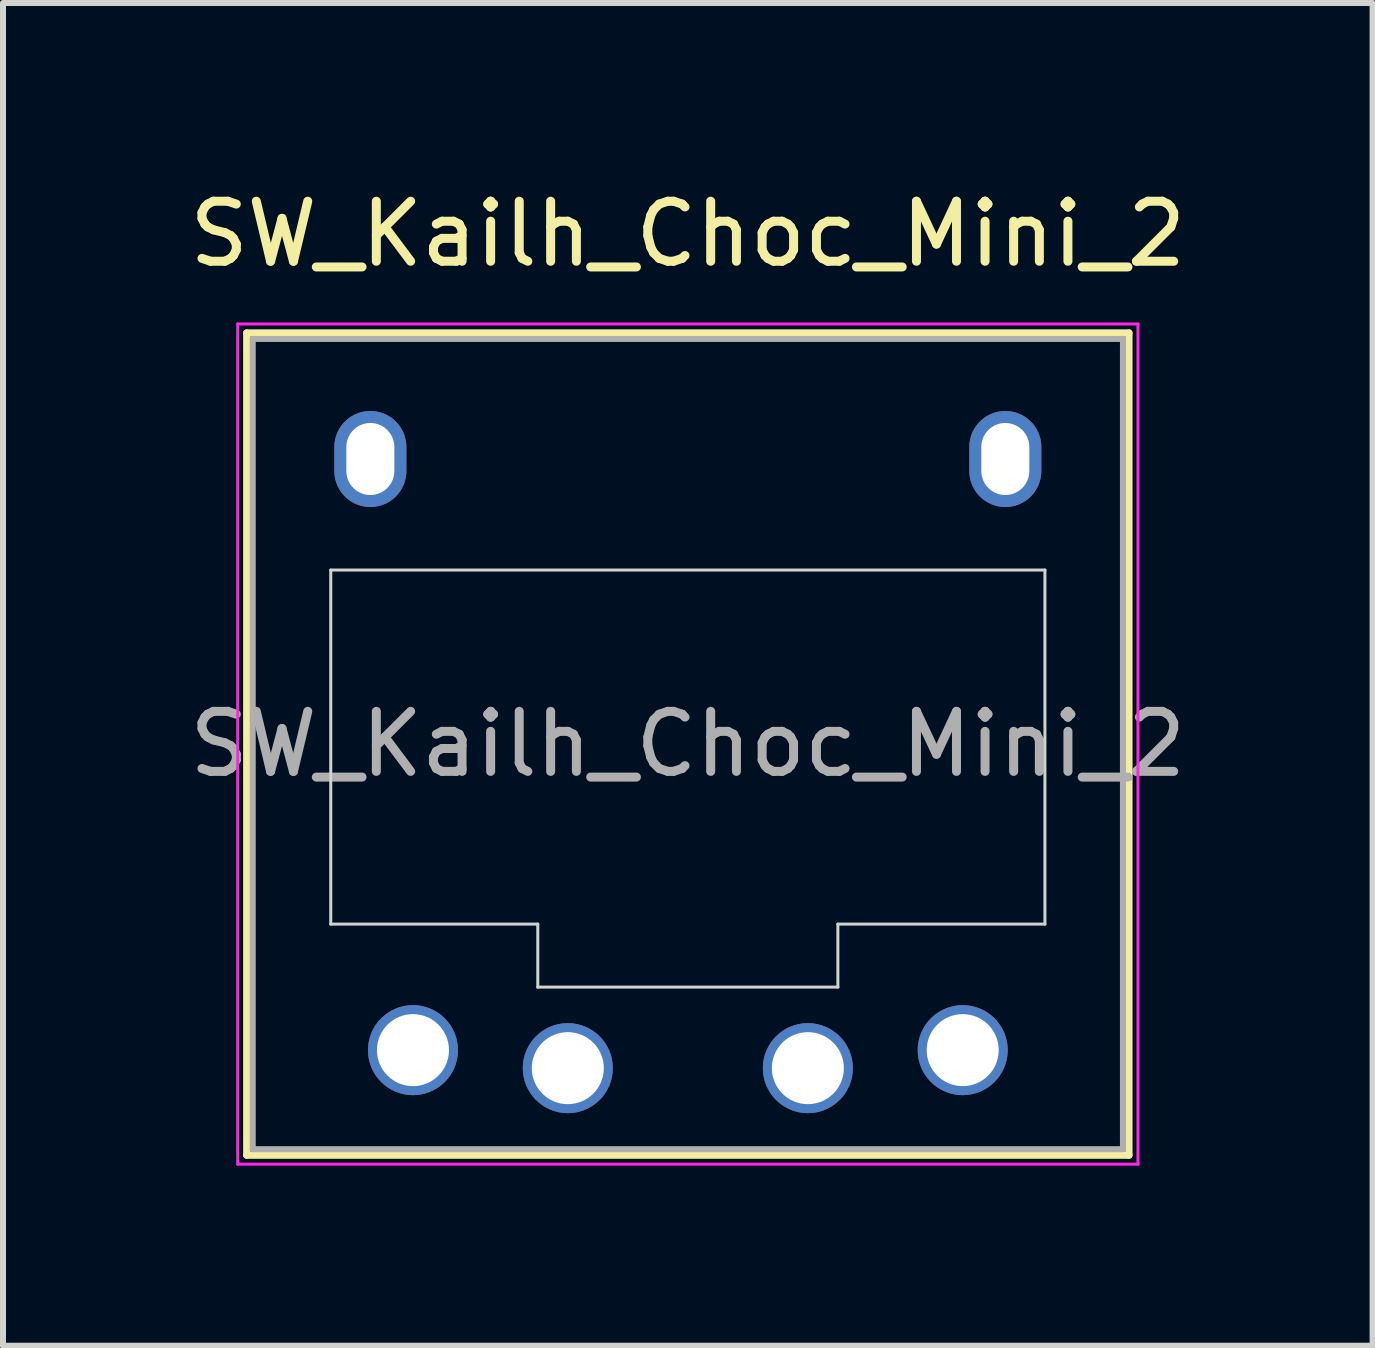
<source format=kicad_pcb>
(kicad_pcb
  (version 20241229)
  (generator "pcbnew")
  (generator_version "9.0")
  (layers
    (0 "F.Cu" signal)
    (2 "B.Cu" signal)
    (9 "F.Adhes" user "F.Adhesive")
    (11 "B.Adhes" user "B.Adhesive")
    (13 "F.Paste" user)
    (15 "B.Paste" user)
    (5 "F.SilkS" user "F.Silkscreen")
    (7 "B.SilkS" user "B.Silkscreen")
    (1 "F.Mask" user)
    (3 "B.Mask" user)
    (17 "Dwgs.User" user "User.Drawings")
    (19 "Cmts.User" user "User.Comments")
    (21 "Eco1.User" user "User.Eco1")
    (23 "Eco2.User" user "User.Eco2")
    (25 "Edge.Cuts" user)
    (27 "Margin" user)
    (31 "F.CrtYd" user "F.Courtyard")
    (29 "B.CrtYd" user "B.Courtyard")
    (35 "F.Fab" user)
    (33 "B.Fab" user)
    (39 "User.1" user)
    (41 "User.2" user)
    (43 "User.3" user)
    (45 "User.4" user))
  (footprint "SW_Kailh_Choc_Mini_2"
    (layer "F.Cu")
    (at 8.411 9.348)
    (property "Reference" "SW_Kailh_Choc_Mini_2" (at 0 -8.5 0) (layer "F.SilkS") (effects (font (size 1 1) (thickness 0.15))))
    (attr through_hole)
    (fp_line (start -7.35 -6.85) (end -7.35 6.85) (stroke (width 0.12) (type solid)) (layer "F.SilkS"))
    (fp_line (start -7.35 6.85) (end 7.35 6.85) (stroke (width 0.12) (type solid)) (layer "F.SilkS"))
    (fp_line (start 7.35 -6.85) (end -7.35 -6.85) (stroke (width 0.12) (type solid)) (layer "F.SilkS"))
    (fp_line (start 7.35 6.85) (end 7.35 -6.85) (stroke (width 0.12) (type solid)) (layer "F.SilkS"))
    (fp_line (start -6.85 -6.35) (end -6.85 6.35) (stroke (width 0.1) (type solid)) (layer "Eco1.User"))
    (fp_line (start -6.85 6.35) (end 6.85 6.35) (stroke (width 0.1) (type solid)) (layer "Eco1.User"))
    (fp_line (start 6.85 -6.35) (end -6.85 -6.35) (stroke (width 0.1) (type solid)) (layer "Eco1.User"))
    (fp_line (start 6.85 6.35) (end 6.85 -6.35) (stroke (width 0.1) (type solid)) (layer "Eco1.User"))
    (fp_line (start -5.95 -2.9) (end -5.95 3) (stroke (width 0.05) (type solid)) (layer "Edge.Cuts"))
    (fp_line (start -5.95 3) (end -2.5 3) (stroke (width 0.05) (type solid)) (layer "Edge.Cuts"))
    (fp_line (start -2.5 3) (end -2.5 4.05) (stroke (width 0.05) (type solid)) (layer "Edge.Cuts"))
    (fp_line (start -2.5 4.05) (end 2.5 4.05) (stroke (width 0.05) (type solid)) (layer "Edge.Cuts"))
    (fp_line (start 2.5 3) (end 5.95 3) (stroke (width 0.05) (type solid)) (layer "Edge.Cuts"))
    (fp_line (start 2.5 4.05) (end 2.5 3) (stroke (width 0.05) (type solid)) (layer "Edge.Cuts"))
    (fp_line (start 5.95 -2.9) (end -5.95 -2.9) (stroke (width 0.05) (type solid)) (layer "Edge.Cuts"))
    (fp_line (start 5.95 3) (end 5.95 -2.9) (stroke (width 0.05) (type solid)) (layer "Edge.Cuts"))
    (fp_line (start -7.5 -7) (end -7.5 7) (stroke (width 0.05) (type solid)) (layer "F.CrtYd"))
    (fp_line (start -7.5 7) (end 7.5 7) (stroke (width 0.05) (type solid)) (layer "F.CrtYd"))
    (fp_line (start 7.5 -7) (end -7.5 -7) (stroke (width 0.05) (type solid)) (layer "F.CrtYd"))
    (fp_line (start 7.5 7) (end 7.5 -7) (stroke (width 0.05) (type solid)) (layer "F.CrtYd"))
    (fp_line (start -7.25 -6.75) (end -7.25 6.75) (stroke (width 0.1) (type solid)) (layer "F.Fab"))
    (fp_line (start -7.25 6.75) (end 7.25 6.75) (stroke (width 0.1) (type solid)) (layer "F.Fab"))
    (fp_line (start 7.25 -6.75) (end -7.25 -6.75) (stroke (width 0.1) (type solid)) (layer "F.Fab"))
    (fp_line (start 7.25 6.75) (end 7.25 -6.75) (stroke (width 0.1) (type solid)) (layer "F.Fab"))
    (fp_text user "${REFERENCE}" (at 0 0 0) (layer "F.Fab") (effects (font (size 1 1) (thickness 0.15))))
    (pad "" np_thru_hole oval (at -5.29 -4.75) (size 1.2 1.6) (drill oval 0.8 1.2) (layers "*.Cu" "*.Mask"))
    (pad "" smd circle (at -4.58 5.1) (size 1.25 1.25) (layers "F.Mask"))
    (pad "" smd circle (at -2 5.4) (size 1.25 1.25) (layers "F.Mask"))
    (pad "" smd circle (at 2 5.4) (size 1.25 1.25) (layers "F.Mask"))
    (pad "" smd circle (at 4.58 5.1) (size 1.25 1.25) (layers "F.Mask"))
    (pad "" np_thru_hole oval (at 5.29 -4.75) (size 1.2 1.6) (drill oval 0.8 1.2) (layers "*.Cu" "*.Mask"))
    (pad "1" thru_hole circle (at -2 5.4) (size 1.5 1.5) (drill 1.2) (layers "*.Cu" "B.Mask"))
    (pad "1" thru_hole circle (at 2 5.4) (size 1.5 1.5) (drill 1.2) (layers "*.Cu" "B.Mask"))
    (pad "2" thru_hole circle (at -4.58 5.1) (size 1.5 1.5) (drill 1.2) (layers "*.Cu" "B.Mask"))
    (pad "2" thru_hole circle (at 4.58 5.1) (size 1.5 1.5) (drill 1.2) (layers "*.Cu" "B.Mask")))
  (gr_rect
    (start -3 -3)
    (end 19.821 19.373)
    (stroke (width 0.1) (type default))
    (fill no)
    (layer "Edge.Cuts")))
</source>
